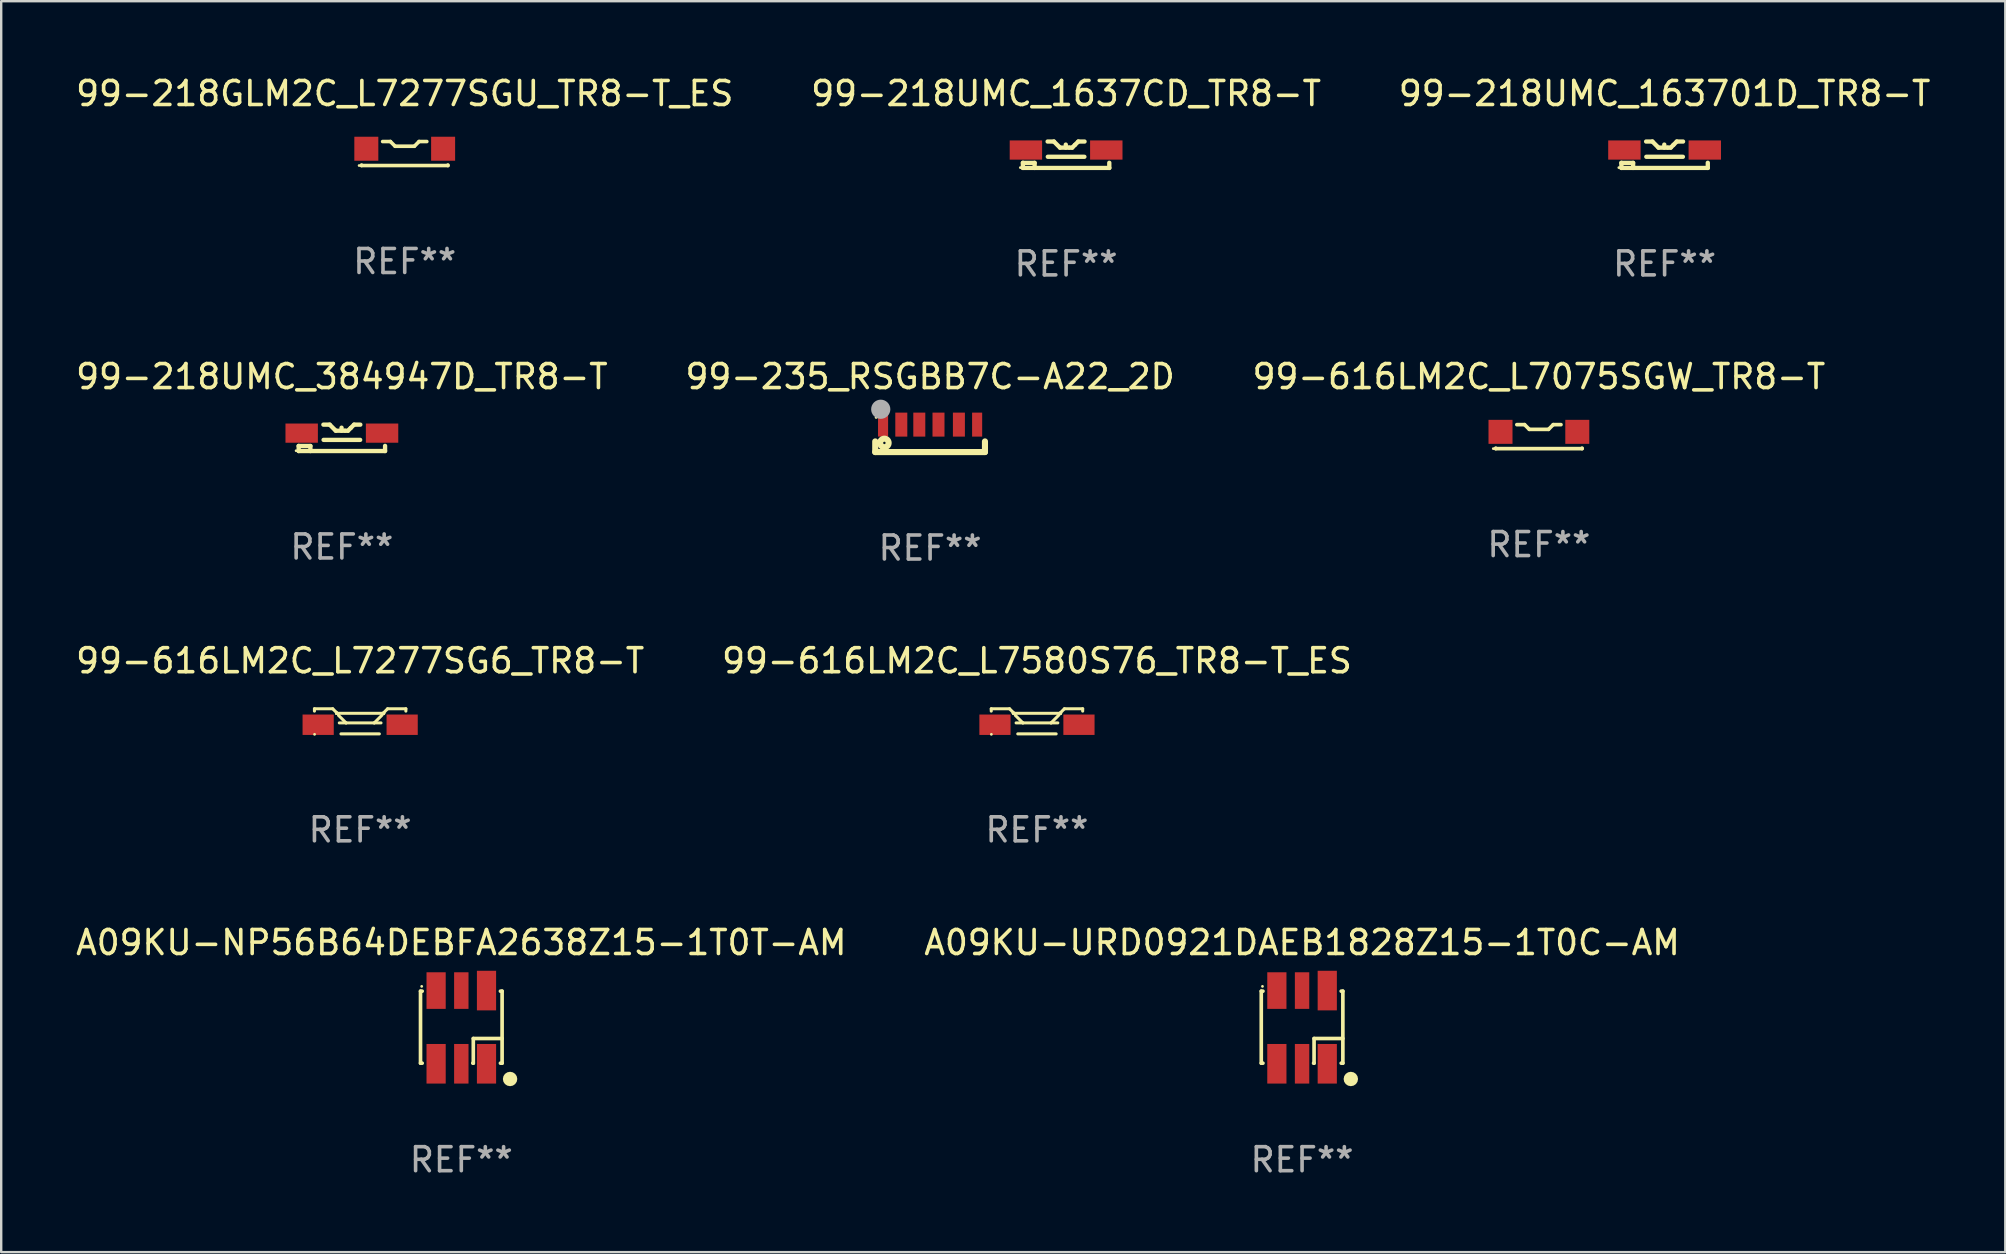
<source format=kicad_pcb>
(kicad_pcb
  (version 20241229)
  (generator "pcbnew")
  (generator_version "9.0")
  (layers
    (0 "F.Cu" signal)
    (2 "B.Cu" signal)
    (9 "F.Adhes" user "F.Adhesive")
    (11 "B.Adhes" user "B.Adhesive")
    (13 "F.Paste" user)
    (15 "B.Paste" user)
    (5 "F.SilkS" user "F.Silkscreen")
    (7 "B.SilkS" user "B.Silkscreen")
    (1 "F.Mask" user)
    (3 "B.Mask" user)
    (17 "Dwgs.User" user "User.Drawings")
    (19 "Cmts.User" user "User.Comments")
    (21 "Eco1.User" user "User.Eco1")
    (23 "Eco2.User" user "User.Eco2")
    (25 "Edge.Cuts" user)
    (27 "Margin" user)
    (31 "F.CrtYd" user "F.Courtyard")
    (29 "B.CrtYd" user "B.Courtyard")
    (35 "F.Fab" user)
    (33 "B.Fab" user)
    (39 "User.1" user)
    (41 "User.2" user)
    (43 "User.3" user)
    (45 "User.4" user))
  (footprint "99-616LM2C_L7580S76_TR8-T_ES"
    (layer "F.Cu")
    (at 40.161 27.008)
    (property "Reference" "99-616LM2C_L7580S76_TR8-T_ES" (at 0 -2.523 0) (layer "F.SilkS") (effects (font (size 1 1) (thickness 0.15))))
    (attr through_hole)
    (fp_line (start -1.905 -0.523) (end -1.905 -0.425) (stroke (width 0.127) (type solid)) (layer "F.SilkS"))
    (fp_line (start -1.143 -0.523) (end -1.905 -0.523) (stroke (width 0.127) (type solid)) (layer "F.SilkS"))
    (fp_line (start -0.985 -0.366) (end -1.143 -0.523) (stroke (width 0.127) (type solid)) (layer "F.SilkS"))
    (fp_line (start -0.985 -0.333) (end -0.987 -0.334) (stroke (width 0.127) (type solid)) (layer "F.SilkS"))
    (fp_line (start -0.985 -0.333) (end -0.985 -0.366) (stroke (width 0.127) (type solid)) (layer "F.SilkS"))
    (fp_line (start -0.8 0.523) (end 0.8 0.523) (stroke (width 0.127) (type solid)) (layer "F.SilkS"))
    (fp_line (start -0.587 0.066) (end -0.902 -0.249) (stroke (width 0.127) (type solid)) (layer "F.SilkS"))
    (fp_line (start -0.587 0.066) (end -0.869 0.066) (stroke (width 0.127) (type solid)) (layer "F.SilkS"))
    (fp_line (start 0.587 0.066) (end -0.587 0.066) (stroke (width 0.127) (type solid)) (layer "F.SilkS"))
    (fp_line (start 0.587 0.066) (end 0.869 0.066) (stroke (width 0.127) (type solid)) (layer "F.SilkS"))
    (fp_line (start 0.902 -0.25) (end 0.587 0.066) (stroke (width 0.127) (type solid)) (layer "F.SilkS"))
    (fp_line (start 0.97 -0.314) (end 0.968 -0.312) (stroke (width 0.127) (type solid)) (layer "F.SilkS"))
    (fp_line (start 0.987 -0.367) (end 1.143 -0.523) (stroke (width 0.127) (type solid)) (layer "F.SilkS"))
    (fp_line (start 0.987 -0.334) (end 0.987 -0.367) (stroke (width 0.127) (type solid)) (layer "F.SilkS"))
    (fp_line (start 0.987 -0.334) (end -0.987 -0.334) (stroke (width 0.127) (type solid)) (layer "F.SilkS"))
    (fp_line (start 1.143 -0.523) (end 1.905 -0.523) (stroke (width 0.127) (type solid)) (layer "F.SilkS"))
    (fp_line (start 1.905 -0.523) (end 1.905 -0.425) (stroke (width 0.127) (type solid)) (layer "F.SilkS"))
    (fp_circle (center -1.9 0.542) (end -1.87 0.542) (stroke (width 0.06) (type solid)) (fill no) (layer "F.SilkS"))
    (fp_text user "REF**" (at 0 4.523 0) (layer "F.Fab") (effects (font (size 1 1) (thickness 0.15))))
    (pad "1" smd rect (at -1.75 0.142 180) (size 1.3 0.85) (layers "F.Cu" "F.Mask" "F.Paste"))
    (pad "2" smd rect (at 1.75 0.142 180) (size 1.3 0.85) (layers "F.Cu" "F.Mask" "F.Paste")))
  (footprint "99-235_RSGBB7C-A22_2D"
    (layer "F.Cu")
    (at 35.708 15.216)
    (property "Reference" "99-235_RSGBB7C-A22_2D" (at 0 -2.572 0) (layer "F.SilkS") (effects (font (size 1 1) (thickness 0.15))))
    (attr through_hole)
    (fp_line (start -2.286 0.128) (end -2.286 0.572) (stroke (width 0.254) (type solid)) (layer "F.SilkS"))
    (fp_line (start -2.286 0.572) (end 2.286 0.572) (stroke (width 0.254) (type solid)) (layer "F.SilkS"))
    (fp_line (start 2.286 0.572) (end 2.286 0.128) (stroke (width 0.254) (type solid)) (layer "F.SilkS"))
    (fp_circle (center -2.25 -0.871) (end -2.22 -0.871) (stroke (width 0.06) (type solid)) (fill no) (layer "F.SilkS"))
    (fp_circle (center -1.905 0.191) (end -1.855 0.191) (stroke (width 0.254) (type solid)) (fill no) (layer "F.SilkS"))
    (fp_circle (center -2.057 -1.212) (end -1.857 -1.212) (stroke (width 0.4) (type solid)) (fill no) (layer "F.Fab"))
    (fp_text user "REF**" (at 0 4.572 0) (layer "F.Fab") (effects (font (size 1 1) (thickness 0.15))))
    (pad "1" smd rect (at -1.96 -0.572) (size 0.42 1) (layers "F.Cu" "F.Mask" "F.Paste"))
    (pad "2" smd rect (at -1.2 -0.572) (size 0.5 1) (layers "F.Cu" "F.Mask" "F.Paste"))
    (pad "3" smd rect (at -0.45 -0.572) (size 0.5 1) (layers "F.Cu" "F.Mask" "F.Paste"))
    (pad "4" smd rect (at 0.35 -0.572) (size 0.5 1) (layers "F.Cu" "F.Mask" "F.Paste"))
    (pad "5" smd rect (at 1.2 -0.572) (size 0.5 1) (layers "F.Cu" "F.Mask" "F.Paste"))
    (pad "6" smd rect (at 1.96 -0.572) (size 0.42 1) (layers "F.Cu" "F.Mask" "F.Paste")))
  (footprint "99-218UMC_163701D_TR8-T"
    (layer "F.Cu")
    (at 66.315 3.398)
    (property "Reference" "99-218UMC_163701D_TR8-T" (at 0 -2.55 0) (layer "F.SilkS") (effects (font (size 1 1) (thickness 0.15))))
    (attr through_hole)
    (fp_line (start -1.8 0.55) (end -1.8 0.335) (stroke (width 0.18) (type solid)) (layer "F.SilkS"))
    (fp_line (start -1.8 0.55) (end 1.8 0.55) (stroke (width 0.18) (type solid)) (layer "F.SilkS"))
    (fp_line (start -1.312 0.339) (end -1.8 0.339) (stroke (width 0.18) (type solid)) (layer "F.SilkS"))
    (fp_line (start -1.312 0.55) (end -1.312 0.339) (stroke (width 0.18) (type solid)) (layer "F.SilkS"))
    (fp_line (start -0.77 -0.55) (end -0.508 -0.55) (stroke (width 0.18) (type solid)) (layer "F.SilkS"))
    (fp_line (start -0.762 0.085) (end 0.762 0.085) (stroke (width 0.18) (type solid)) (layer "F.SilkS"))
    (fp_line (start -0.508 -0.55) (end -0.254 -0.296) (stroke (width 0.18) (type solid)) (layer "F.SilkS"))
    (fp_line (start -0.254 -0.296) (end 0.127 -0.296) (stroke (width 0.18) (type solid)) (layer "F.SilkS"))
    (fp_line (start -0.013 -0.296) (end -0.013 -0.423) (stroke (width 0.18) (type solid)) (layer "F.SilkS"))
    (fp_line (start 0.127 -0.296) (end 0.254 -0.296) (stroke (width 0.18) (type solid)) (layer "F.SilkS"))
    (fp_line (start 0.254 -0.296) (end 0.368 -0.41) (stroke (width 0.18) (type solid)) (layer "F.SilkS"))
    (fp_line (start 0.368 -0.41) (end 0.508 -0.55) (stroke (width 0.18) (type solid)) (layer "F.SilkS"))
    (fp_line (start 0.508 -0.55) (end 0.769 -0.55) (stroke (width 0.18) (type solid)) (layer "F.SilkS"))
    (fp_line (start 1.8 0.55) (end 1.8 0.335) (stroke (width 0.18) (type solid)) (layer "F.SilkS"))
    (fp_circle (center -1.906 0.537) (end -1.876 0.537) (stroke (width 0.06) (type solid)) (fill no) (layer "F.SilkS"))
    (fp_text user "REF**" (at 0 4.55 0) (layer "F.Fab") (effects (font (size 1 1) (thickness 0.15))))
    (pad "1" smd rect (at -1.675 -0.196) (size 1.35 0.8) (layers "F.Cu" "F.Mask" "F.Paste"))
    (pad "2" smd rect (at 1.675 -0.196) (size 1.35 0.8) (layers "F.Cu" "F.Mask" "F.Paste")))
  (footprint "99-218UMC_1637CD_TR8-T"
    (layer "F.Cu")
    (at 41.375 3.398)
    (property "Reference" "99-218UMC_1637CD_TR8-T" (at 0 -2.55 0) (layer "F.SilkS") (effects (font (size 1 1) (thickness 0.15))))
    (attr through_hole)
    (fp_line (start -1.8 0.55) (end -1.8 0.335) (stroke (width 0.18) (type solid)) (layer "F.SilkS"))
    (fp_line (start -1.8 0.55) (end 1.8 0.55) (stroke (width 0.18) (type solid)) (layer "F.SilkS"))
    (fp_line (start -1.312 0.339) (end -1.8 0.339) (stroke (width 0.18) (type solid)) (layer "F.SilkS"))
    (fp_line (start -1.312 0.55) (end -1.312 0.339) (stroke (width 0.18) (type solid)) (layer "F.SilkS"))
    (fp_line (start -0.77 -0.55) (end -0.508 -0.55) (stroke (width 0.18) (type solid)) (layer "F.SilkS"))
    (fp_line (start -0.762 0.085) (end 0.762 0.085) (stroke (width 0.18) (type solid)) (layer "F.SilkS"))
    (fp_line (start -0.508 -0.55) (end -0.254 -0.296) (stroke (width 0.18) (type solid)) (layer "F.SilkS"))
    (fp_line (start -0.254 -0.296) (end 0.127 -0.296) (stroke (width 0.18) (type solid)) (layer "F.SilkS"))
    (fp_line (start -0.013 -0.296) (end -0.013 -0.423) (stroke (width 0.18) (type solid)) (layer "F.SilkS"))
    (fp_line (start 0.127 -0.296) (end 0.254 -0.296) (stroke (width 0.18) (type solid)) (layer "F.SilkS"))
    (fp_line (start 0.254 -0.296) (end 0.368 -0.41) (stroke (width 0.18) (type solid)) (layer "F.SilkS"))
    (fp_line (start 0.368 -0.41) (end 0.508 -0.55) (stroke (width 0.18) (type solid)) (layer "F.SilkS"))
    (fp_line (start 0.508 -0.55) (end 0.769 -0.55) (stroke (width 0.18) (type solid)) (layer "F.SilkS"))
    (fp_line (start 1.8 0.55) (end 1.8 0.335) (stroke (width 0.18) (type solid)) (layer "F.SilkS"))
    (fp_circle (center -1.906 0.537) (end -1.876 0.537) (stroke (width 0.06) (type solid)) (fill no) (layer "F.SilkS"))
    (fp_text user "REF**" (at 0 4.55 0) (layer "F.Fab") (effects (font (size 1 1) (thickness 0.15))))
    (pad "1" smd rect (at -1.675 -0.196) (size 1.35 0.8) (layers "F.Cu" "F.Mask" "F.Paste"))
    (pad "2" smd rect (at 1.675 -0.196) (size 1.35 0.8) (layers "F.Cu" "F.Mask" "F.Paste")))
  (footprint "99-218GLM2C_L7277SGU_TR8-T_ES"
    (layer "F.Cu")
    (at 13.815 3.348)
    (property "Reference" "99-218GLM2C_L7277SGU_TR8-T_ES" (at 0 -2.5 0) (layer "F.SilkS") (effects (font (size 1 1) (thickness 0.15))))
    (attr through_hole)
    (fp_line (start -1.8 0.5) (end -1.8 0.48) (stroke (width 0.152) (type solid)) (layer "F.SilkS"))
    (fp_line (start -0.919 -0.5) (end -0.597 -0.5) (stroke (width 0.152) (type solid)) (layer "F.SilkS"))
    (fp_line (start -0.597 -0.5) (end -0.401 -0.304) (stroke (width 0.152) (type solid)) (layer "F.SilkS"))
    (fp_line (start -0.401 -0.304) (end 0.402 -0.304) (stroke (width 0.152) (type solid)) (layer "F.SilkS"))
    (fp_line (start 0.402 -0.304) (end 0.597 -0.5) (stroke (width 0.152) (type solid)) (layer "F.SilkS"))
    (fp_line (start 0.597 -0.5) (end 0.92 -0.5) (stroke (width 0.152) (type solid)) (layer "F.SilkS"))
    (fp_line (start 1.8 0.5) (end -1.8 0.5) (stroke (width 0.152) (type solid)) (layer "F.SilkS"))
    (fp_line (start 1.8 0.5) (end 1.8 0.48) (stroke (width 0.152) (type solid)) (layer "F.SilkS"))
    (fp_circle (center -1.9 0.5) (end -1.87 0.5) (stroke (width 0.06) (type solid)) (fill no) (layer "F.SilkS"))
    (fp_text user "REF**" (at 0 4.5 0) (layer "F.Fab") (effects (font (size 1 1) (thickness 0.15))))
    (pad "1" smd rect (at -1.6 -0.2) (size 1 1) (layers "F.Cu" "F.Mask" "F.Paste"))
    (pad "2" smd rect (at 1.6 -0.2) (size 1 1) (layers "F.Cu" "F.Mask" "F.Paste")))
  (footprint "99-616LM2C_L7277SG6_TR8-T"
    (layer "F.Cu")
    (at 11.958 27.008)
    (property "Reference" "99-616LM2C_L7277SG6_TR8-T" (at 0 -2.523 0) (layer "F.SilkS") (effects (font (size 1 1) (thickness 0.15))))
    (attr through_hole)
    (fp_line (start -1.905 -0.523) (end -1.905 -0.425) (stroke (width 0.127) (type solid)) (layer "F.SilkS"))
    (fp_line (start -1.143 -0.523) (end -1.905 -0.523) (stroke (width 0.127) (type solid)) (layer "F.SilkS"))
    (fp_line (start -0.985 -0.366) (end -1.143 -0.523) (stroke (width 0.127) (type solid)) (layer "F.SilkS"))
    (fp_line (start -0.985 -0.333) (end -0.987 -0.334) (stroke (width 0.127) (type solid)) (layer "F.SilkS"))
    (fp_line (start -0.985 -0.333) (end -0.985 -0.366) (stroke (width 0.127) (type solid)) (layer "F.SilkS"))
    (fp_line (start -0.8 0.523) (end 0.8 0.523) (stroke (width 0.127) (type solid)) (layer "F.SilkS"))
    (fp_line (start -0.587 0.066) (end -0.902 -0.249) (stroke (width 0.127) (type solid)) (layer "F.SilkS"))
    (fp_line (start -0.587 0.066) (end -0.869 0.066) (stroke (width 0.127) (type solid)) (layer "F.SilkS"))
    (fp_line (start 0.587 0.066) (end -0.587 0.066) (stroke (width 0.127) (type solid)) (layer "F.SilkS"))
    (fp_line (start 0.587 0.066) (end 0.869 0.066) (stroke (width 0.127) (type solid)) (layer "F.SilkS"))
    (fp_line (start 0.902 -0.25) (end 0.587 0.066) (stroke (width 0.127) (type solid)) (layer "F.SilkS"))
    (fp_line (start 0.97 -0.314) (end 0.968 -0.312) (stroke (width 0.127) (type solid)) (layer "F.SilkS"))
    (fp_line (start 0.987 -0.367) (end 1.143 -0.523) (stroke (width 0.127) (type solid)) (layer "F.SilkS"))
    (fp_line (start 0.987 -0.334) (end 0.987 -0.367) (stroke (width 0.127) (type solid)) (layer "F.SilkS"))
    (fp_line (start 0.987 -0.334) (end -0.987 -0.334) (stroke (width 0.127) (type solid)) (layer "F.SilkS"))
    (fp_line (start 1.143 -0.523) (end 1.905 -0.523) (stroke (width 0.127) (type solid)) (layer "F.SilkS"))
    (fp_line (start 1.905 -0.523) (end 1.905 -0.425) (stroke (width 0.127) (type solid)) (layer "F.SilkS"))
    (fp_circle (center -1.9 0.542) (end -1.87 0.542) (stroke (width 0.06) (type solid)) (fill no) (layer "F.SilkS"))
    (fp_text user "REF**" (at 0 4.523 0) (layer "F.Fab") (effects (font (size 1 1) (thickness 0.15))))
    (pad "1" smd rect (at -1.75 0.142 180) (size 1.3 0.85) (layers "F.Cu" "F.Mask" "F.Paste"))
    (pad "2" smd rect (at 1.75 0.142 180) (size 1.3 0.85) (layers "F.Cu" "F.Mask" "F.Paste")))
  (footprint "99-218UMC_384947D_TR8-T"
    (layer "F.Cu")
    (at 11.196 15.195)
    (property "Reference" "99-218UMC_384947D_TR8-T" (at 0 -2.55 0) (layer "F.SilkS") (effects (font (size 1 1) (thickness 0.15))))
    (attr through_hole)
    (fp_line (start -1.8 0.55) (end -1.8 0.335) (stroke (width 0.18) (type solid)) (layer "F.SilkS"))
    (fp_line (start -1.8 0.55) (end 1.8 0.55) (stroke (width 0.18) (type solid)) (layer "F.SilkS"))
    (fp_line (start -1.312 0.339) (end -1.8 0.339) (stroke (width 0.18) (type solid)) (layer "F.SilkS"))
    (fp_line (start -1.312 0.55) (end -1.312 0.339) (stroke (width 0.18) (type solid)) (layer "F.SilkS"))
    (fp_line (start -0.77 -0.55) (end -0.508 -0.55) (stroke (width 0.18) (type solid)) (layer "F.SilkS"))
    (fp_line (start -0.762 0.085) (end 0.762 0.085) (stroke (width 0.18) (type solid)) (layer "F.SilkS"))
    (fp_line (start -0.508 -0.55) (end -0.254 -0.296) (stroke (width 0.18) (type solid)) (layer "F.SilkS"))
    (fp_line (start -0.254 -0.296) (end 0.127 -0.296) (stroke (width 0.18) (type solid)) (layer "F.SilkS"))
    (fp_line (start -0.013 -0.296) (end -0.013 -0.423) (stroke (width 0.18) (type solid)) (layer "F.SilkS"))
    (fp_line (start 0.127 -0.296) (end 0.254 -0.296) (stroke (width 0.18) (type solid)) (layer "F.SilkS"))
    (fp_line (start 0.254 -0.296) (end 0.368 -0.41) (stroke (width 0.18) (type solid)) (layer "F.SilkS"))
    (fp_line (start 0.368 -0.41) (end 0.508 -0.55) (stroke (width 0.18) (type solid)) (layer "F.SilkS"))
    (fp_line (start 0.508 -0.55) (end 0.769 -0.55) (stroke (width 0.18) (type solid)) (layer "F.SilkS"))
    (fp_line (start 1.8 0.55) (end 1.8 0.335) (stroke (width 0.18) (type solid)) (layer "F.SilkS"))
    (fp_circle (center -1.906 0.537) (end -1.876 0.537) (stroke (width 0.06) (type solid)) (fill no) (layer "F.SilkS"))
    (fp_text user "REF**" (at 0 4.55 0) (layer "F.Fab") (effects (font (size 1 1) (thickness 0.15))))
    (pad "1" smd rect (at -1.675 -0.196) (size 1.35 0.8) (layers "F.Cu" "F.Mask" "F.Paste"))
    (pad "2" smd rect (at 1.675 -0.196) (size 1.35 0.8) (layers "F.Cu" "F.Mask" "F.Paste")))
  (footprint "99-616LM2C_L7075SGW_TR8-T"
    (layer "F.Cu")
    (at 61.077 15.145)
    (property "Reference" "99-616LM2C_L7075SGW_TR8-T" (at 0 -2.5 0) (layer "F.SilkS") (effects (font (size 1 1) (thickness 0.15))))
    (attr through_hole)
    (fp_line (start -1.8 0.5) (end -1.8 0.48) (stroke (width 0.152) (type solid)) (layer "F.SilkS"))
    (fp_line (start -0.919 -0.5) (end -0.597 -0.5) (stroke (width 0.152) (type solid)) (layer "F.SilkS"))
    (fp_line (start -0.597 -0.5) (end -0.401 -0.304) (stroke (width 0.152) (type solid)) (layer "F.SilkS"))
    (fp_line (start -0.401 -0.304) (end 0.402 -0.304) (stroke (width 0.152) (type solid)) (layer "F.SilkS"))
    (fp_line (start 0.402 -0.304) (end 0.597 -0.5) (stroke (width 0.152) (type solid)) (layer "F.SilkS"))
    (fp_line (start 0.597 -0.5) (end 0.92 -0.5) (stroke (width 0.152) (type solid)) (layer "F.SilkS"))
    (fp_line (start 1.8 0.5) (end -1.8 0.5) (stroke (width 0.152) (type solid)) (layer "F.SilkS"))
    (fp_line (start 1.8 0.5) (end 1.8 0.48) (stroke (width 0.152) (type solid)) (layer "F.SilkS"))
    (fp_circle (center -1.9 0.5) (end -1.87 0.5) (stroke (width 0.06) (type solid)) (fill no) (layer "F.SilkS"))
    (fp_text user "REF**" (at 0 4.5 0) (layer "F.Fab") (effects (font (size 1 1) (thickness 0.15))))
    (pad "1" smd rect (at -1.6 -0.2) (size 1 1) (layers "F.Cu" "F.Mask" "F.Paste"))
    (pad "2" smd rect (at 1.6 -0.2) (size 1 1) (layers "F.Cu" "F.Mask" "F.Paste")))
  (footprint "A09KU-NP56B64DEBFA2638Z15-1T0T-AM"
    (layer "F.Cu")
    (at 16.173 39.753)
    (property "Reference" "A09KU-NP56B64DEBFA2638Z15-1T0T-AM" (at 0 -3.525 0) (layer "F.SilkS") (effects (font (size 1 1) (thickness 0.15))))
    (attr through_hole)
    (fp_line (start -1.7 1.5) (end -1.7 -1.5) (stroke (width 0.152) (type solid)) (layer "F.SilkS"))
    (fp_line (start -1.63 -1.5) (end -1.7 -1.5) (stroke (width 0.152) (type solid)) (layer "F.SilkS"))
    (fp_line (start -1.63 1.5) (end -1.7 1.5) (stroke (width 0.152) (type solid)) (layer "F.SilkS"))
    (fp_line (start 0.5 0.472) (end 0.5 1.5) (stroke (width 0.152) (type solid)) (layer "F.SilkS"))
    (fp_line (start 0.5 1.5) (end 0.48 1.5) (stroke (width 0.152) (type solid)) (layer "F.SilkS"))
    (fp_line (start 1.63 1.5) (end 1.7 1.5) (stroke (width 0.152) (type solid)) (layer "F.SilkS"))
    (fp_line (start 1.7 -1.5) (end 1.63 -1.5) (stroke (width 0.152) (type solid)) (layer "F.SilkS"))
    (fp_line (start 1.7 -1.5) (end 1.7 1.5) (stroke (width 0.152) (type solid)) (layer "F.SilkS"))
    (fp_line (start 1.7 0.472) (end 0.5 0.472) (stroke (width 0.152) (type solid)) (layer "F.SilkS"))
    (fp_circle (center -1.65 -1.7) (end -1.62 -1.7) (stroke (width 0.06) (type solid)) (fill no) (layer "F.SilkS"))
    (fp_circle (center 2.032 2.159) (end 2.182 2.159) (stroke (width 0.3) (type solid)) (fill no) (layer "F.SilkS"))
    (fp_text user "REF**" (at 0 5.525 0) (layer "F.Fab") (effects (font (size 1 1) (thickness 0.15))))
    (pad "1" smd rect (at -1.05 -1.525) (size 0.8 1.525) (layers "F.Cu" "F.Mask" "F.Paste"))
    (pad "2" smd rect (at 0 -1.525) (size 0.6 1.525) (layers "F.Cu" "F.Mask" "F.Paste"))
    (pad "3" smd rect (at 1.05 -1.525) (size 0.8 1.65) (layers "F.Cu" "F.Mask" "F.Paste"))
    (pad "4" smd rect (at -1.05 1.525) (size 0.8 1.65) (layers "F.Cu" "F.Mask" "F.Paste"))
    (pad "5" smd rect (at 0 1.525) (size 0.6 1.65) (layers "F.Cu" "F.Mask" "F.Paste"))
    (pad "6" smd rect (at 1.05 1.525) (size 0.8 1.65) (layers "F.Cu" "F.Mask" "F.Paste")))
  (footprint "A09KU-URD0921DAEB1828Z15-1T0C-AM"
    (layer "F.Cu")
    (at 51.208 39.753)
    (property "Reference" "A09KU-URD0921DAEB1828Z15-1T0C-AM" (at 0 -3.525 0) (layer "F.SilkS") (effects (font (size 1 1) (thickness 0.15))))
    (attr through_hole)
    (fp_line (start -1.7 1.5) (end -1.7 -1.5) (stroke (width 0.152) (type solid)) (layer "F.SilkS"))
    (fp_line (start -1.63 -1.5) (end -1.7 -1.5) (stroke (width 0.152) (type solid)) (layer "F.SilkS"))
    (fp_line (start -1.63 1.5) (end -1.7 1.5) (stroke (width 0.152) (type solid)) (layer "F.SilkS"))
    (fp_line (start 0.5 0.472) (end 0.5 1.5) (stroke (width 0.152) (type solid)) (layer "F.SilkS"))
    (fp_line (start 0.5 1.5) (end 0.48 1.5) (stroke (width 0.152) (type solid)) (layer "F.SilkS"))
    (fp_line (start 1.63 1.5) (end 1.7 1.5) (stroke (width 0.152) (type solid)) (layer "F.SilkS"))
    (fp_line (start 1.7 -1.5) (end 1.63 -1.5) (stroke (width 0.152) (type solid)) (layer "F.SilkS"))
    (fp_line (start 1.7 -1.5) (end 1.7 1.5) (stroke (width 0.152) (type solid)) (layer "F.SilkS"))
    (fp_line (start 1.7 0.472) (end 0.5 0.472) (stroke (width 0.152) (type solid)) (layer "F.SilkS"))
    (fp_circle (center -1.65 -1.7) (end -1.62 -1.7) (stroke (width 0.06) (type solid)) (fill no) (layer "F.SilkS"))
    (fp_circle (center 2.032 2.159) (end 2.182 2.159) (stroke (width 0.3) (type solid)) (fill no) (layer "F.SilkS"))
    (fp_text user "REF**" (at 0 5.525 0) (layer "F.Fab") (effects (font (size 1 1) (thickness 0.15))))
    (pad "1" smd rect (at -1.05 -1.525) (size 0.8 1.525) (layers "F.Cu" "F.Mask" "F.Paste"))
    (pad "2" smd rect (at 0 -1.525) (size 0.6 1.525) (layers "F.Cu" "F.Mask" "F.Paste"))
    (pad "3" smd rect (at 1.05 -1.525) (size 0.8 1.65) (layers "F.Cu" "F.Mask" "F.Paste"))
    (pad "4" smd rect (at -1.05 1.525) (size 0.8 1.65) (layers "F.Cu" "F.Mask" "F.Paste"))
    (pad "5" smd rect (at 0 1.525) (size 0.6 1.65) (layers "F.Cu" "F.Mask" "F.Paste"))
    (pad "6" smd rect (at 1.05 1.525) (size 0.8 1.65) (layers "F.Cu" "F.Mask" "F.Paste")))
  (gr_rect
    (start -3 -3)
    (end 80.512 49.126)
    (stroke (width 0.1) (type default))
    (fill no)
    (layer "Edge.Cuts")))
</source>
